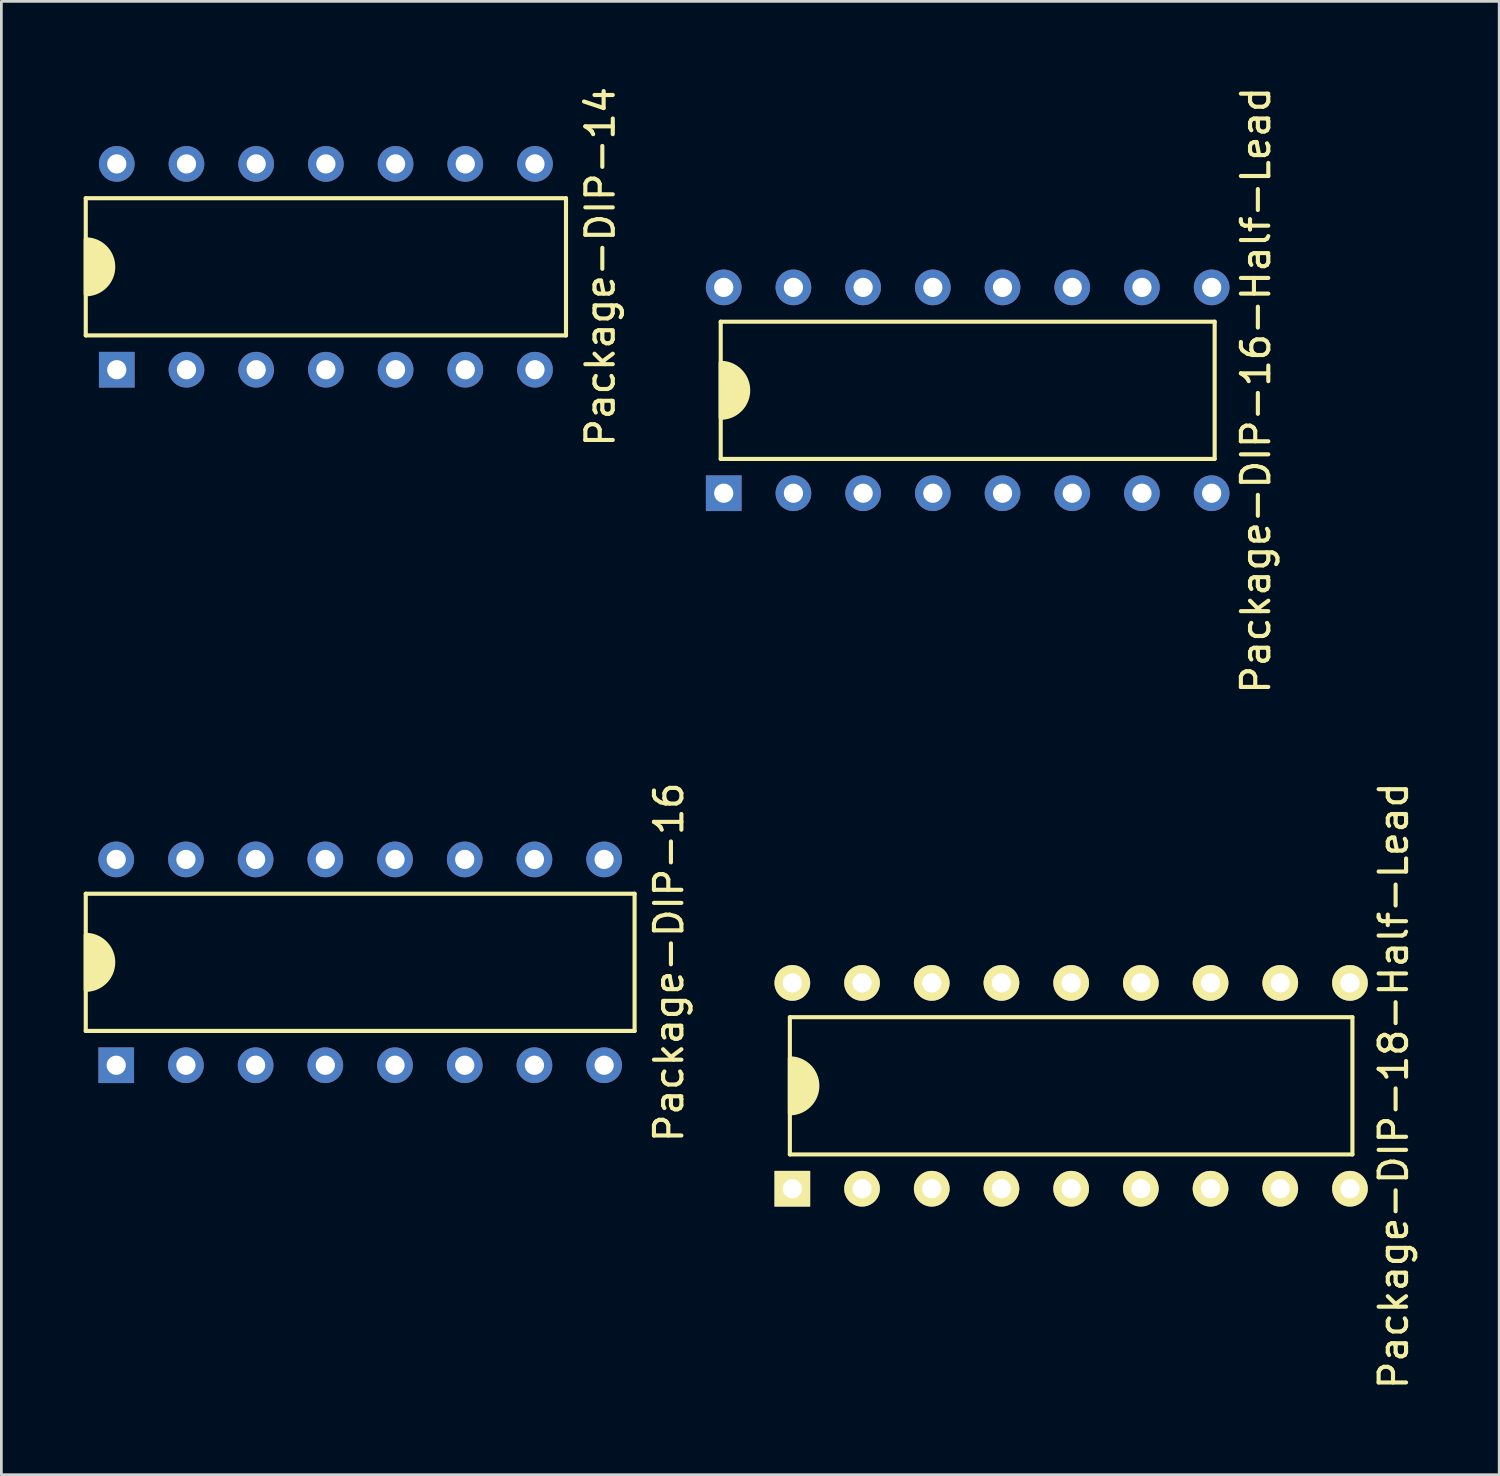
<source format=kicad_pcb>
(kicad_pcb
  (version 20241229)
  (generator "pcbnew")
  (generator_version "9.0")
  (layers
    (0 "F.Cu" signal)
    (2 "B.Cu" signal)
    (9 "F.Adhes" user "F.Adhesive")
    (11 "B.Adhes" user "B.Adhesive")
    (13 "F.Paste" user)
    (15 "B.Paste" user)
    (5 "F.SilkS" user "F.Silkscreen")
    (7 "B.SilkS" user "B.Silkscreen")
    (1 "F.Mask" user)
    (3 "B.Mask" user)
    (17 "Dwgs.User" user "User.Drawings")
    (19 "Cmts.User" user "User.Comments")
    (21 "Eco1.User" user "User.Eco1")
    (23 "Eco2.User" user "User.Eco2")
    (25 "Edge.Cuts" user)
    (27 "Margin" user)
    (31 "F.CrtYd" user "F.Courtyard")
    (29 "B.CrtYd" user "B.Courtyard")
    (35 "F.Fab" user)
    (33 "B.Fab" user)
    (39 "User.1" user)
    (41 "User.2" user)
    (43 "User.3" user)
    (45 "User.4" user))
  (footprint "Package-DIP-16"
    (layer "F.Cu")
    (at 10.075 32.018)
    (property "Reference" "Package-DIP-16" (at 11.25 0 90) (layer "F.SilkS") (effects (font (size 1 1) (thickness 0.15))))
    (attr through_hole)
    (fp_line (start -10 -2.5) (end 10 -2.5) (stroke (width 0.15) (type solid)) (layer "F.SilkS"))
    (fp_line (start -10 2.5) (end -10 -2.5) (stroke (width 0.15) (type solid)) (layer "F.SilkS"))
    (fp_line (start 10 -2.5) (end 10 2.5) (stroke (width 0.15) (type solid)) (layer "F.SilkS"))
    (fp_line (start 10 2.5) (end -10 2.5) (stroke (width 0.15) (type solid)) (layer "F.SilkS"))
    (fp_poly (pts (arc (start -10 1) (mid -9 0) (end -10 -1))) (stroke (width 0.15) (type solid)) (fill yes) (layer "F.SilkS"))
    (pad "1" thru_hole rect (at -8.89 3.75) (size 1.3 1.3) (drill 0.7) (layers "*.Cu" "*.Mask"))
    (pad "2" thru_hole circle (at -6.35 3.75) (size 1.3 1.3) (drill 0.7) (layers "*.Cu" "*.Mask"))
    (pad "3" thru_hole circle (at -3.81 3.75) (size 1.3 1.3) (drill 0.7) (layers "*.Cu" "*.Mask"))
    (pad "4" thru_hole circle (at -1.27 3.75) (size 1.3 1.3) (drill 0.7) (layers "*.Cu" "*.Mask"))
    (pad "5" thru_hole circle (at 1.27 3.75) (size 1.3 1.3) (drill 0.7) (layers "*.Cu" "*.Mask"))
    (pad "6" thru_hole circle (at 3.81 3.75) (size 1.3 1.3) (drill 0.7) (layers "*.Cu" "*.Mask"))
    (pad "7" thru_hole circle (at 6.35 3.75) (size 1.3 1.3) (drill 0.7) (layers "*.Cu" "*.Mask"))
    (pad "8" thru_hole circle (at 8.89 3.75) (size 1.3 1.3) (drill 0.7) (layers "*.Cu" "*.Mask"))
    (pad "9" thru_hole circle (at 8.89 -3.75) (size 1.3 1.3) (drill 0.7) (layers "*.Cu" "*.Mask"))
    (pad "10" thru_hole circle (at 6.35 -3.75) (size 1.3 1.3) (drill 0.7) (layers "*.Cu" "*.Mask"))
    (pad "11" thru_hole circle (at 3.81 -3.75) (size 1.3 1.3) (drill 0.7) (layers "*.Cu" "*.Mask"))
    (pad "12" thru_hole circle (at 1.27 -3.75) (size 1.3 1.3) (drill 0.7) (layers "*.Cu" "*.Mask"))
    (pad "13" thru_hole circle (at -1.27 -3.75) (size 1.3 1.3) (drill 0.7) (layers "*.Cu" "*.Mask"))
    (pad "14" thru_hole circle (at -3.81 -3.75) (size 1.3 1.3) (drill 0.7) (layers "*.Cu" "*.Mask"))
    (pad "15" thru_hole circle (at -6.35 -3.75) (size 1.3 1.3) (drill 0.7) (layers "*.Cu" "*.Mask"))
    (pad "16" thru_hole circle (at -8.89 -3.75) (size 1.3 1.3) (drill 0.7) (layers "*.Cu" "*.Mask")))
  (footprint "Package-DIP-18-Half-Lead"
    (layer "F.Cu")
    (at 35.983 36.518)
    (property "Reference" "Package-DIP-18-Half-Lead" (at 11.75 0 90) (layer "F.SilkS") (effects (font (size 1 1) (thickness 0.15))))
    (attr through_hole)
    (fp_line (start -10.25 -2.5) (end 10.25 -2.5) (stroke (width 0.15) (type solid)) (layer "F.SilkS"))
    (fp_line (start -10.25 2.5) (end -10.25 -2.5) (stroke (width 0.15) (type solid)) (layer "F.SilkS"))
    (fp_line (start 10.25 -2.5) (end 10.25 2.5) (stroke (width 0.15) (type solid)) (layer "F.SilkS"))
    (fp_line (start 10.25 2.5) (end -10.25 2.5) (stroke (width 0.15) (type solid)) (layer "F.SilkS"))
    (fp_poly (pts (arc (start -10.25 -1) (mid -9.25 0) (end -10.25 1))) (stroke (width 0.15) (type solid)) (fill yes) (layer "F.SilkS"))
    (pad "1" thru_hole rect (at -10.16 3.75) (size 1.3 1.3) (drill 0.7) (layers "*.Cu" "*.Mask" "F.SilkS"))
    (pad "2" thru_hole circle (at -7.62 3.75) (size 1.3 1.3) (drill 0.7) (layers "*.Cu" "*.Mask" "F.SilkS"))
    (pad "3" thru_hole circle (at -5.08 3.75) (size 1.3 1.3) (drill 0.7) (layers "*.Cu" "*.Mask" "F.SilkS"))
    (pad "4" thru_hole circle (at -2.54 3.75) (size 1.3 1.3) (drill 0.7) (layers "*.Cu" "*.Mask" "F.SilkS"))
    (pad "5" thru_hole circle (at 0 3.75) (size 1.3 1.3) (drill 0.7) (layers "*.Cu" "*.Mask" "F.SilkS"))
    (pad "6" thru_hole circle (at 2.54 3.75) (size 1.3 1.3) (drill 0.7) (layers "*.Cu" "*.Mask" "F.SilkS"))
    (pad "7" thru_hole circle (at 5.08 3.75) (size 1.3 1.3) (drill 0.7) (layers "*.Cu" "*.Mask" "F.SilkS"))
    (pad "8" thru_hole circle (at 7.62 3.75) (size 1.3 1.3) (drill 0.7) (layers "*.Cu" "*.Mask" "F.SilkS"))
    (pad "9" thru_hole circle (at 10.16 3.75) (size 1.3 1.3) (drill 0.7) (layers "*.Cu" "*.Mask" "F.SilkS"))
    (pad "10" thru_hole circle (at 10.16 -3.75) (size 1.3 1.3) (drill 0.7) (layers "*.Cu" "*.Mask" "F.SilkS"))
    (pad "11" thru_hole circle (at 7.62 -3.75) (size 1.3 1.3) (drill 0.7) (layers "*.Cu" "*.Mask" "F.SilkS"))
    (pad "12" thru_hole circle (at 5.08 -3.75) (size 1.3 1.3) (drill 0.7) (layers "*.Cu" "*.Mask" "F.SilkS"))
    (pad "13" thru_hole circle (at 2.54 -3.75) (size 1.3 1.3) (drill 0.7) (layers "*.Cu" "*.Mask" "F.SilkS"))
    (pad "14" thru_hole circle (at 0 -3.75) (size 1.3 1.3) (drill 0.7) (layers "*.Cu" "*.Mask" "F.SilkS"))
    (pad "15" thru_hole circle (at -2.54 -3.75) (size 1.3 1.3) (drill 0.7) (layers "*.Cu" "*.Mask" "F.SilkS"))
    (pad "16" thru_hole circle (at -5.08 -3.75) (size 1.3 1.3) (drill 0.7) (layers "*.Cu" "*.Mask" "F.SilkS"))
    (pad "17" thru_hole circle (at -7.62 -3.75) (size 1.3 1.3) (drill 0.7) (layers "*.Cu" "*.Mask" "F.SilkS"))
    (pad "18" thru_hole circle (at -10.16 -3.75) (size 1.3 1.3) (drill 0.7) (layers "*.Cu" "*.Mask" "F.SilkS")))
  (footprint "Package-DIP-14"
    (layer "F.Cu")
    (at 8.825 6.673)
    (property "Reference" "Package-DIP-14" (at 10 0 90) (layer "F.SilkS") (effects (font (size 1 1) (thickness 0.15))))
    (attr through_hole)
    (fp_line (start -8.75 -2.5) (end 8.75 -2.5) (stroke (width 0.15) (type solid)) (layer "F.SilkS"))
    (fp_line (start -8.75 2.5) (end -8.75 -2.5) (stroke (width 0.15) (type solid)) (layer "F.SilkS"))
    (fp_line (start 8.75 -2.5) (end 8.75 2.5) (stroke (width 0.15) (type solid)) (layer "F.SilkS"))
    (fp_line (start 8.75 2.5) (end -8.75 2.5) (stroke (width 0.15) (type solid)) (layer "F.SilkS"))
    (fp_poly (pts (arc (start -8.75 -1) (mid -7.75 0) (end -8.75 1))) (stroke (width 0.15) (type solid)) (fill yes) (layer "F.SilkS"))
    (pad "1" thru_hole rect (at -7.62 3.75) (size 1.3 1.3) (drill 0.7) (layers "*.Cu" "*.Mask"))
    (pad "2" thru_hole circle (at -5.08 3.75) (size 1.3 1.3) (drill 0.7) (layers "*.Cu" "*.Mask"))
    (pad "3" thru_hole circle (at -2.54 3.75) (size 1.3 1.3) (drill 0.7) (layers "*.Cu" "*.Mask"))
    (pad "4" thru_hole circle (at 0 3.75) (size 1.3 1.3) (drill 0.7) (layers "*.Cu" "*.Mask"))
    (pad "5" thru_hole circle (at 2.54 3.75) (size 1.3 1.3) (drill 0.7) (layers "*.Cu" "*.Mask"))
    (pad "6" thru_hole circle (at 5.08 3.75) (size 1.3 1.3) (drill 0.7) (layers "*.Cu" "*.Mask"))
    (pad "7" thru_hole circle (at 7.62 3.75) (size 1.3 1.3) (drill 0.7) (layers "*.Cu" "*.Mask"))
    (pad "8" thru_hole circle (at 7.62 -3.75) (size 1.3 1.3) (drill 0.7) (layers "*.Cu" "*.Mask"))
    (pad "9" thru_hole circle (at 5.08 -3.75) (size 1.3 1.3) (drill 0.7) (layers "*.Cu" "*.Mask"))
    (pad "10" thru_hole circle (at 2.54 -3.75) (size 1.3 1.3) (drill 0.7) (layers "*.Cu" "*.Mask"))
    (pad "11" thru_hole circle (at 0 -3.75) (size 1.3 1.3) (drill 0.7) (layers "*.Cu" "*.Mask"))
    (pad "12" thru_hole circle (at -2.54 -3.75) (size 1.3 1.3) (drill 0.7) (layers "*.Cu" "*.Mask"))
    (pad "13" thru_hole circle (at -5.08 -3.75) (size 1.3 1.3) (drill 0.7) (layers "*.Cu" "*.Mask"))
    (pad "14" thru_hole circle (at -7.62 -3.75) (size 1.3 1.3) (drill 0.7) (layers "*.Cu" "*.Mask")))
  (footprint "Package-DIP-16-Half-Lead"
    (layer "F.Cu")
    (at 32.213 11.173)
    (property "Reference" "Package-DIP-16-Half-Lead" (at 10.5 0 90) (layer "F.SilkS") (effects (font (size 1 1) (thickness 0.15))))
    (attr through_hole)
    (fp_line (start -9 -2.5) (end 9 -2.5) (stroke (width 0.15) (type solid)) (layer "F.SilkS"))
    (fp_line (start -9 2.5) (end -9 -2.5) (stroke (width 0.15) (type solid)) (layer "F.SilkS"))
    (fp_line (start 9 -2.5) (end 9 2.5) (stroke (width 0.15) (type solid)) (layer "F.SilkS"))
    (fp_line (start 9 2.5) (end -9 2.5) (stroke (width 0.15) (type solid)) (layer "F.SilkS"))
    (fp_poly (pts (arc (start -9 -1) (mid -8 0) (end -9 1))) (stroke (width 0.15) (type solid)) (fill yes) (layer "F.SilkS"))
    (pad "1" thru_hole rect (at -8.89 3.75) (size 1.3 1.3) (drill 0.7) (layers "*.Cu" "*.Mask"))
    (pad "2" thru_hole circle (at -6.35 3.75) (size 1.3 1.3) (drill 0.7) (layers "*.Cu" "*.Mask"))
    (pad "3" thru_hole circle (at -3.81 3.75) (size 1.3 1.3) (drill 0.7) (layers "*.Cu" "*.Mask"))
    (pad "4" thru_hole circle (at -1.27 3.75) (size 1.3 1.3) (drill 0.7) (layers "*.Cu" "*.Mask"))
    (pad "5" thru_hole circle (at 1.27 3.75) (size 1.3 1.3) (drill 0.7) (layers "*.Cu" "*.Mask"))
    (pad "6" thru_hole circle (at 3.81 3.75) (size 1.3 1.3) (drill 0.7) (layers "*.Cu" "*.Mask"))
    (pad "7" thru_hole circle (at 6.35 3.75) (size 1.3 1.3) (drill 0.7) (layers "*.Cu" "*.Mask"))
    (pad "8" thru_hole circle (at 8.89 3.75) (size 1.3 1.3) (drill 0.7) (layers "*.Cu" "*.Mask"))
    (pad "9" thru_hole circle (at 8.89 -3.75) (size 1.3 1.3) (drill 0.7) (layers "*.Cu" "*.Mask"))
    (pad "10" thru_hole circle (at 6.35 -3.75) (size 1.3 1.3) (drill 0.7) (layers "*.Cu" "*.Mask"))
    (pad "11" thru_hole circle (at 3.81 -3.75) (size 1.3 1.3) (drill 0.7) (layers "*.Cu" "*.Mask"))
    (pad "12" thru_hole circle (at 1.27 -3.75) (size 1.3 1.3) (drill 0.7) (layers "*.Cu" "*.Mask"))
    (pad "13" thru_hole circle (at -1.27 -3.75) (size 1.3 1.3) (drill 0.7) (layers "*.Cu" "*.Mask"))
    (pad "14" thru_hole circle (at -3.81 -3.75) (size 1.3 1.3) (drill 0.7) (layers "*.Cu" "*.Mask"))
    (pad "15" thru_hole circle (at -6.35 -3.75) (size 1.3 1.3) (drill 0.7) (layers "*.Cu" "*.Mask"))
    (pad "16" thru_hole circle (at -8.89 -3.75) (size 1.3 1.3) (drill 0.7) (layers "*.Cu" "*.Mask")))
  (gr_rect
    (start -3 -3)
    (end 51.581 50.69)
    (stroke (width 0.1) (type default))
    (fill no)
    (layer "Edge.Cuts")))
</source>
